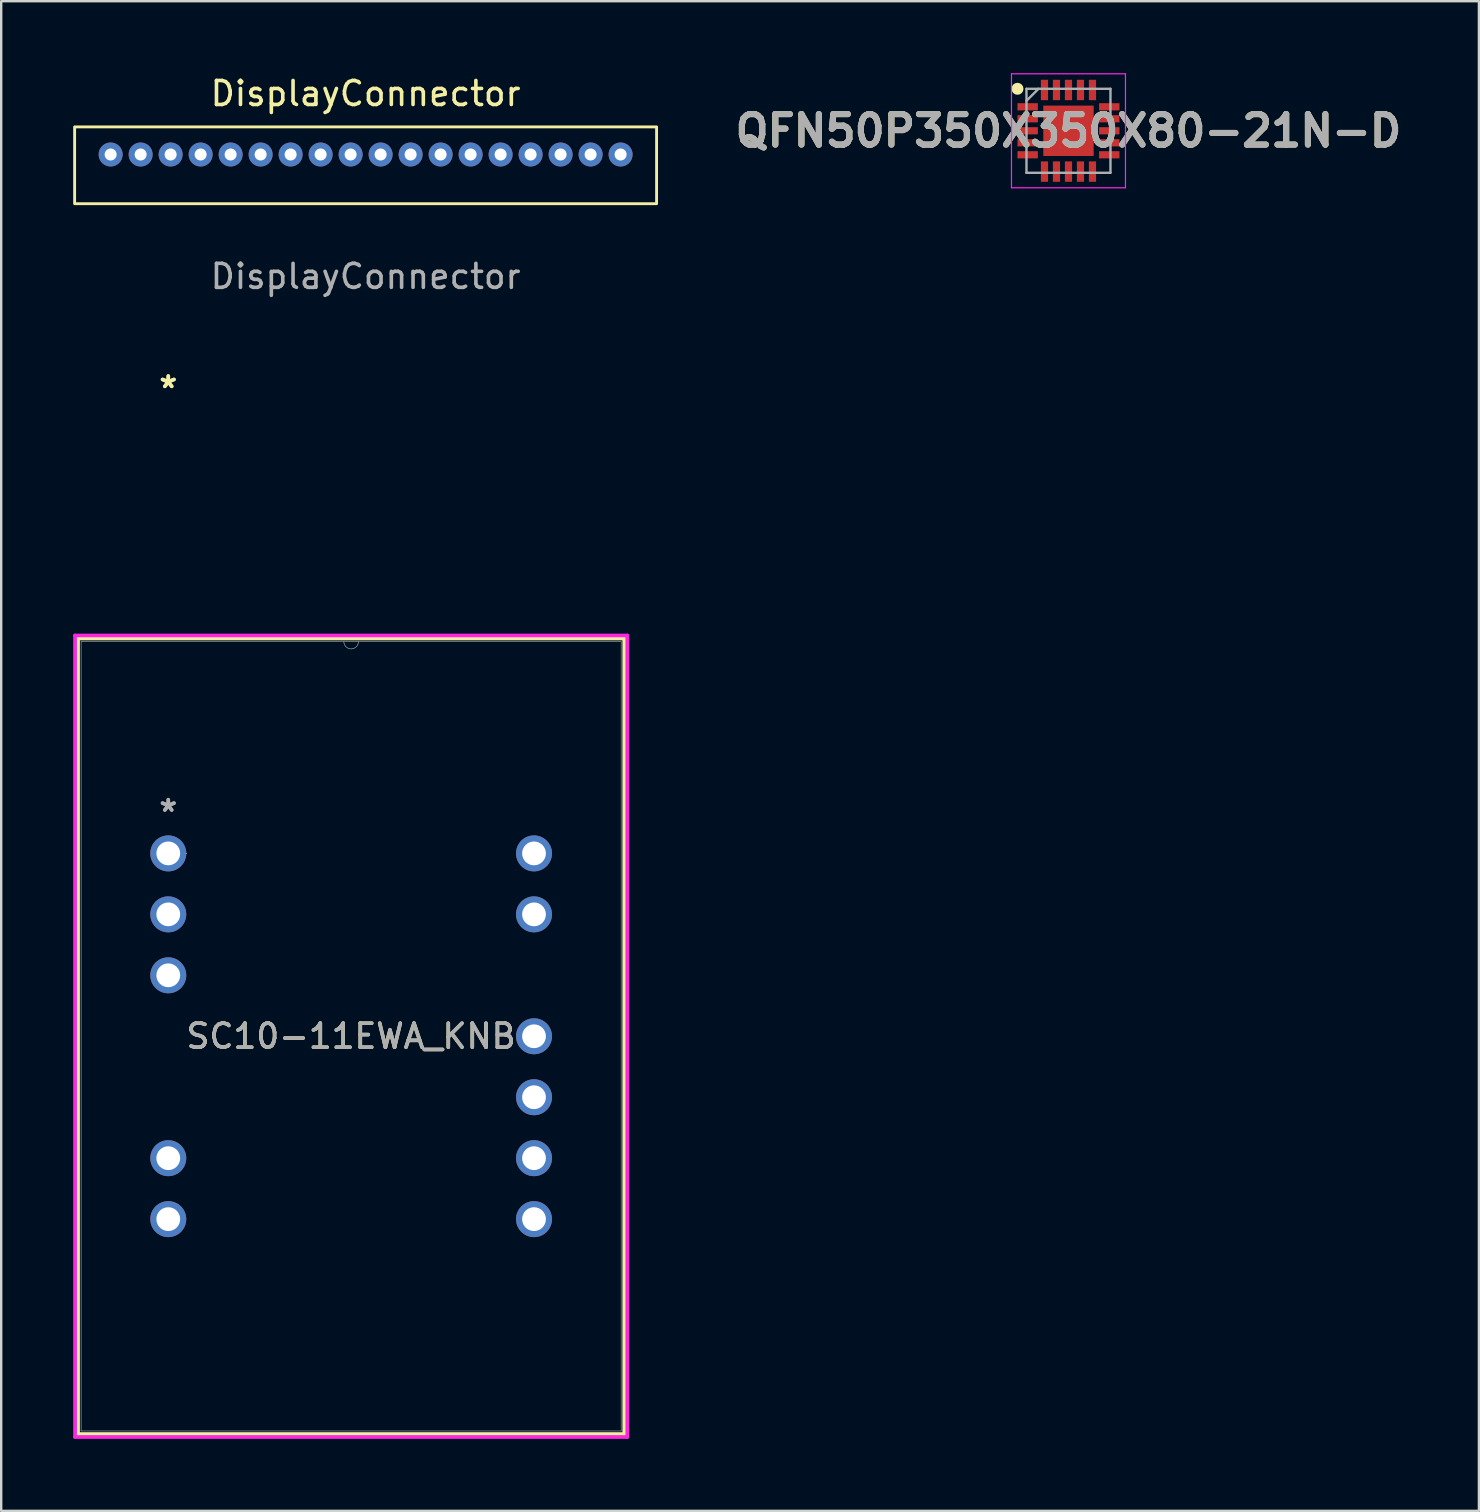
<source format=kicad_pcb>
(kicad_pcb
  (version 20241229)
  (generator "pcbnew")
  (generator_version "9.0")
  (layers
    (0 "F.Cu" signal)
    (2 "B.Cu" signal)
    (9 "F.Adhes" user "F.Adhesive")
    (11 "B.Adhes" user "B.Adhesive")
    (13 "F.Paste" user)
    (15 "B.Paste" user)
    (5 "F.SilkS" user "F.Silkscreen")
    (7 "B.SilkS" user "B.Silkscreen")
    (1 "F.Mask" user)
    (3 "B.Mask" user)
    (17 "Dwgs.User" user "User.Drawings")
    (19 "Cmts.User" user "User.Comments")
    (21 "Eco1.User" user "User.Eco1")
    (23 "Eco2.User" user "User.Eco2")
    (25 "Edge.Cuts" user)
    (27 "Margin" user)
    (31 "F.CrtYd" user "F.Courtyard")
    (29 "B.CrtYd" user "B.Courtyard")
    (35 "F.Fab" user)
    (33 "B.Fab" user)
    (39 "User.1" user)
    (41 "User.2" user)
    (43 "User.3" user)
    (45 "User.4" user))
  (footprint "SC10-11EWA_KNB"
    (layer "F.Cu")
    (at 3.962 32.511)
    (property "Reference" "SC10-11EWA_KNB" (at 7.62 7.62 0) (unlocked yes) (layer "F.SilkS") (effects (font (size 1 1) (thickness 0.15))))
    (attr through_hole)
    (fp_line (start -3.759 -8.954) (end -3.759 24.194) (stroke (width 0.152) (type solid)) (layer "F.SilkS"))
    (fp_line (start -3.759 24.194) (end 18.999 24.194) (stroke (width 0.152) (type solid)) (layer "F.SilkS"))
    (fp_line (start 18.999 -8.954) (end -3.759 -8.954) (stroke (width 0.152) (type solid)) (layer "F.SilkS"))
    (fp_line (start 18.999 24.194) (end 18.999 -8.954) (stroke (width 0.152) (type solid)) (layer "F.SilkS"))
    (fp_line (start -3.886 -9.081) (end 19.126 -9.081) (stroke (width 0.152) (type solid)) (layer "F.CrtYd"))
    (fp_line (start -3.886 24.32) (end -3.886 -9.081) (stroke (width 0.152) (type solid)) (layer "F.CrtYd"))
    (fp_line (start 19.126 -9.081) (end 19.126 24.32) (stroke (width 0.152) (type solid)) (layer "F.CrtYd"))
    (fp_line (start 19.126 24.32) (end -3.886 24.32) (stroke (width 0.152) (type solid)) (layer "F.CrtYd"))
    (fp_line (start -3.632 -8.826) (end -3.632 24.067) (stroke (width 0.025) (type solid)) (layer "F.Fab"))
    (fp_line (start -3.632 24.067) (end 18.872 24.067) (stroke (width 0.025) (type solid)) (layer "F.Fab"))
    (fp_line (start 18.872 -8.826) (end -3.632 -8.826) (stroke (width 0.025) (type solid)) (layer "F.Fab"))
    (fp_line (start 18.872 24.067) (end 18.872 -8.826) (stroke (width 0.025) (type solid)) (layer "F.Fab"))
    (fp_arc (start 7.9248 -8.8265) (mid 7.62 -8.5217) (end 7.3152 -8.8265) (stroke (width 0.0254) (type solid)) (layer "F.Fab"))
    (fp_circle (center 0.749 0) (end 0.749 0) (stroke (width 0.025) (type solid)) (fill no) (layer "F.Fab"))
    (fp_text user "*" (at 0 -19.346 0) (unlocked yes) (layer "F.SilkS") (effects (font (size 1 1) (thickness 0.15))))
    (fp_text user "*" (at 0 -19.346 0) (layer "F.SilkS") (effects (font (size 1 1) (thickness 0.15))))
    (fp_text user "${REFERENCE}" (at 7.62 7.62 0) (unlocked yes) (layer "F.Fab") (effects (font (size 1 1) (thickness 0.15))))
    (fp_text user "*" (at 0 -1.693 0) (layer "F.Fab") (effects (font (size 1 1) (thickness 0.15))))
    (fp_text user "*" (at 0 -1.693 0) (unlocked yes) (layer "F.Fab") (effects (font (size 1 1) (thickness 0.15))))
    (pad "1" thru_hole circle (at 0 0) (size 1.499 1.499) (drill 0.991) (layers "*.Cu" "*.Mask"))
    (pad "2" thru_hole circle (at 0 2.54) (size 1.499 1.499) (drill 0.991) (layers "*.Cu" "*.Mask"))
    (pad "3" thru_hole circle (at 0 5.08) (size 1.499 1.499) (drill 0.991) (layers "*.Cu" "*.Mask"))
    (pad "6" thru_hole circle (at 0 12.7) (size 1.499 1.499) (drill 0.991) (layers "*.Cu" "*.Mask"))
    (pad "7" thru_hole circle (at 0 15.24) (size 1.499 1.499) (drill 0.991) (layers "*.Cu" "*.Mask"))
    (pad "8" thru_hole circle (at 15.24 15.24) (size 1.499 1.499) (drill 0.991) (layers "*.Cu" "*.Mask"))
    (pad "9" thru_hole circle (at 15.24 12.7) (size 1.499 1.499) (drill 0.991) (layers "*.Cu" "*.Mask"))
    (pad "10" thru_hole circle (at 15.24 10.16) (size 1.499 1.499) (drill 0.991) (layers "*.Cu" "*.Mask"))
    (pad "11" thru_hole circle (at 15.24 7.62) (size 1.499 1.499) (drill 0.991) (layers "*.Cu" "*.Mask"))
    (pad "13" thru_hole circle (at 15.24 2.54) (size 1.499 1.499) (drill 0.991) (layers "*.Cu" "*.Mask"))
    (pad "14" thru_hole circle (at 15.24 0) (size 1.499 1.499) (drill 0.991) (layers "*.Cu" "*.Mask")))
  (footprint "QFN50P350X350X80-21N-D"
    (layer "F.Cu")
    (at 41.473 2.4)
    (property "Reference" "QFN50P350X350X80-21N-D" (at 0 0 0) (layer "F.SilkS") (effects (font (size 1.27 1.27) (thickness 0.254))))
    (attr smd)
    (fp_circle (center -2.125 -1.75) (end -2.125 -1.625) (stroke (width 0.25) (type solid)) (fill no) (layer "F.SilkS"))
    (fp_line (start -2.375 -2.375) (end 2.375 -2.375) (stroke (width 0.05) (type solid)) (layer "F.CrtYd"))
    (fp_line (start -2.375 2.375) (end -2.375 -2.375) (stroke (width 0.05) (type solid)) (layer "F.CrtYd"))
    (fp_line (start 2.375 -2.375) (end 2.375 2.375) (stroke (width 0.05) (type solid)) (layer "F.CrtYd"))
    (fp_line (start 2.375 2.375) (end -2.375 2.375) (stroke (width 0.05) (type solid)) (layer "F.CrtYd"))
    (fp_line (start -1.75 -1.75) (end 1.75 -1.75) (stroke (width 0.1) (type solid)) (layer "F.Fab"))
    (fp_line (start -1.75 -1.25) (end -1.25 -1.75) (stroke (width 0.1) (type solid)) (layer "F.Fab"))
    (fp_line (start -1.75 1.75) (end -1.75 -1.75) (stroke (width 0.1) (type solid)) (layer "F.Fab"))
    (fp_line (start 1.75 -1.75) (end 1.75 1.75) (stroke (width 0.1) (type solid)) (layer "F.Fab"))
    (fp_line (start 1.75 1.75) (end -1.75 1.75) (stroke (width 0.1) (type solid)) (layer "F.Fab"))
    (fp_text user "${REFERENCE}" (at 0 0 0) (layer "F.Fab") (effects (font (size 1.27 1.27) (thickness 0.254))))
    (pad "1" smd rect (at -1.7 -1 90) (size 0.3 0.85) (layers "F.Cu" "F.Mask" "F.Paste"))
    (pad "2" smd rect (at -1.7 -0.5 90) (size 0.3 0.85) (layers "F.Cu" "F.Mask" "F.Paste"))
    (pad "3" smd rect (at -1.7 0 90) (size 0.3 0.85) (layers "F.Cu" "F.Mask" "F.Paste"))
    (pad "4" smd rect (at -1.7 0.5 90) (size 0.3 0.85) (layers "F.Cu" "F.Mask" "F.Paste"))
    (pad "5" smd rect (at -1.7 1 90) (size 0.3 0.85) (layers "F.Cu" "F.Mask" "F.Paste"))
    (pad "6" smd rect (at -1 1.7) (size 0.3 0.85) (layers "F.Cu" "F.Mask" "F.Paste"))
    (pad "7" smd rect (at -0.5 1.7) (size 0.3 0.85) (layers "F.Cu" "F.Mask" "F.Paste"))
    (pad "8" smd rect (at 0 1.7) (size 0.3 0.85) (layers "F.Cu" "F.Mask" "F.Paste"))
    (pad "9" smd rect (at 0.5 1.7) (size 0.3 0.85) (layers "F.Cu" "F.Mask" "F.Paste"))
    (pad "10" smd rect (at 1 1.7) (size 0.3 0.85) (layers "F.Cu" "F.Mask" "F.Paste"))
    (pad "11" smd rect (at 1.7 1 90) (size 0.3 0.85) (layers "F.Cu" "F.Mask" "F.Paste"))
    (pad "12" smd rect (at 1.7 0.5 90) (size 0.3 0.85) (layers "F.Cu" "F.Mask" "F.Paste"))
    (pad "13" smd rect (at 1.7 0 90) (size 0.3 0.85) (layers "F.Cu" "F.Mask" "F.Paste"))
    (pad "14" smd rect (at 1.7 -0.5 90) (size 0.3 0.85) (layers "F.Cu" "F.Mask" "F.Paste"))
    (pad "15" smd rect (at 1.7 -1 90) (size 0.3 0.85) (layers "F.Cu" "F.Mask" "F.Paste"))
    (pad "16" smd rect (at 1 -1.7) (size 0.3 0.85) (layers "F.Cu" "F.Mask" "F.Paste"))
    (pad "17" smd rect (at 0.5 -1.7) (size 0.3 0.85) (layers "F.Cu" "F.Mask" "F.Paste"))
    (pad "18" smd rect (at 0 -1.7) (size 0.3 0.85) (layers "F.Cu" "F.Mask" "F.Paste"))
    (pad "19" smd rect (at -0.5 -1.7) (size 0.3 0.85) (layers "F.Cu" "F.Mask" "F.Paste"))
    (pad "20" smd rect (at -1 -1.7) (size 0.3 0.85) (layers "F.Cu" "F.Mask" "F.Paste"))
    (pad "21" smd rect (at 0 0) (size 2.1 2.1) (layers "F.Cu" "F.Mask" "F.Paste")))
  (footprint "DisplayConnector"
    (layer "F.Cu")
    (at 1.56 3.388)
    (property "Reference" "DisplayConnector" (at 10.625 -2.54 0) (unlocked yes) (layer "F.SilkS") (effects (font (size 1 1) (thickness 0.15))))
    (attr smd)
    (fp_rect (start -1.5 -1.15) (end 22.75 2.05) (stroke (width 0.12) (type solid)) (fill no) (layer "F.SilkS"))
    (fp_text user "${REFERENCE}" (at 10.625 5.08 0) (unlocked yes) (layer "F.Fab") (effects (font (size 1 1) (thickness 0.15))))
    (pad "1" thru_hole circle (at 21.25 0) (size 1 1) (drill 0.5) (layers "*.Cu" "*.Mask"))
    (pad "2" thru_hole circle (at 20 0) (size 1 1) (drill 0.5) (layers "*.Cu" "*.Mask"))
    (pad "3" thru_hole circle (at 18.75 0) (size 1 1) (drill 0.5) (layers "*.Cu" "*.Mask"))
    (pad "4" thru_hole circle (at 17.5 0) (size 1 1) (drill 0.5) (layers "*.Cu" "*.Mask"))
    (pad "5" thru_hole circle (at 16.25 0) (size 1 1) (drill 0.5) (layers "*.Cu" "*.Mask"))
    (pad "6" thru_hole circle (at 15 0) (size 1 1) (drill 0.5) (layers "*.Cu" "*.Mask"))
    (pad "7" thru_hole circle (at 13.75 0) (size 1 1) (drill 0.5) (layers "*.Cu" "*.Mask"))
    (pad "8" thru_hole circle (at 12.5 0) (size 1 1) (drill 0.5) (layers "*.Cu" "*.Mask"))
    (pad "9" thru_hole circle (at 11.25 0) (size 1 1) (drill 0.5) (layers "*.Cu" "*.Mask"))
    (pad "10" thru_hole circle (at 10 0) (size 1 1) (drill 0.5) (layers "*.Cu" "*.Mask"))
    (pad "11" thru_hole circle (at 8.75 0) (size 1 1) (drill 0.5) (layers "*.Cu" "*.Mask"))
    (pad "12" thru_hole circle (at 7.5 0) (size 1 1) (drill 0.5) (layers "*.Cu" "*.Mask"))
    (pad "13" thru_hole circle (at 6.25 0) (size 1 1) (drill 0.5) (layers "*.Cu" "*.Mask"))
    (pad "14" thru_hole circle (at 5 0) (size 1 1) (drill 0.5) (layers "*.Cu" "*.Mask"))
    (pad "15" thru_hole circle (at 3.75 0) (size 1 1) (drill 0.5) (layers "*.Cu" "*.Mask"))
    (pad "16" thru_hole circle (at 2.5 0) (size 1 1) (drill 0.5) (layers "*.Cu" "*.Mask"))
    (pad "17" thru_hole circle (at 1.25 0) (size 1 1) (drill 0.5) (layers "*.Cu" "*.Mask"))
    (pad "18" thru_hole circle (at 0 0) (size 1 1) (drill 0.5) (layers "*.Cu" "*.Mask")))
  (gr_rect
    (start -3 -3)
    (end 58.576 59.908)
    (stroke (width 0.1) (type default))
    (fill no)
    (layer "Edge.Cuts")))
</source>
